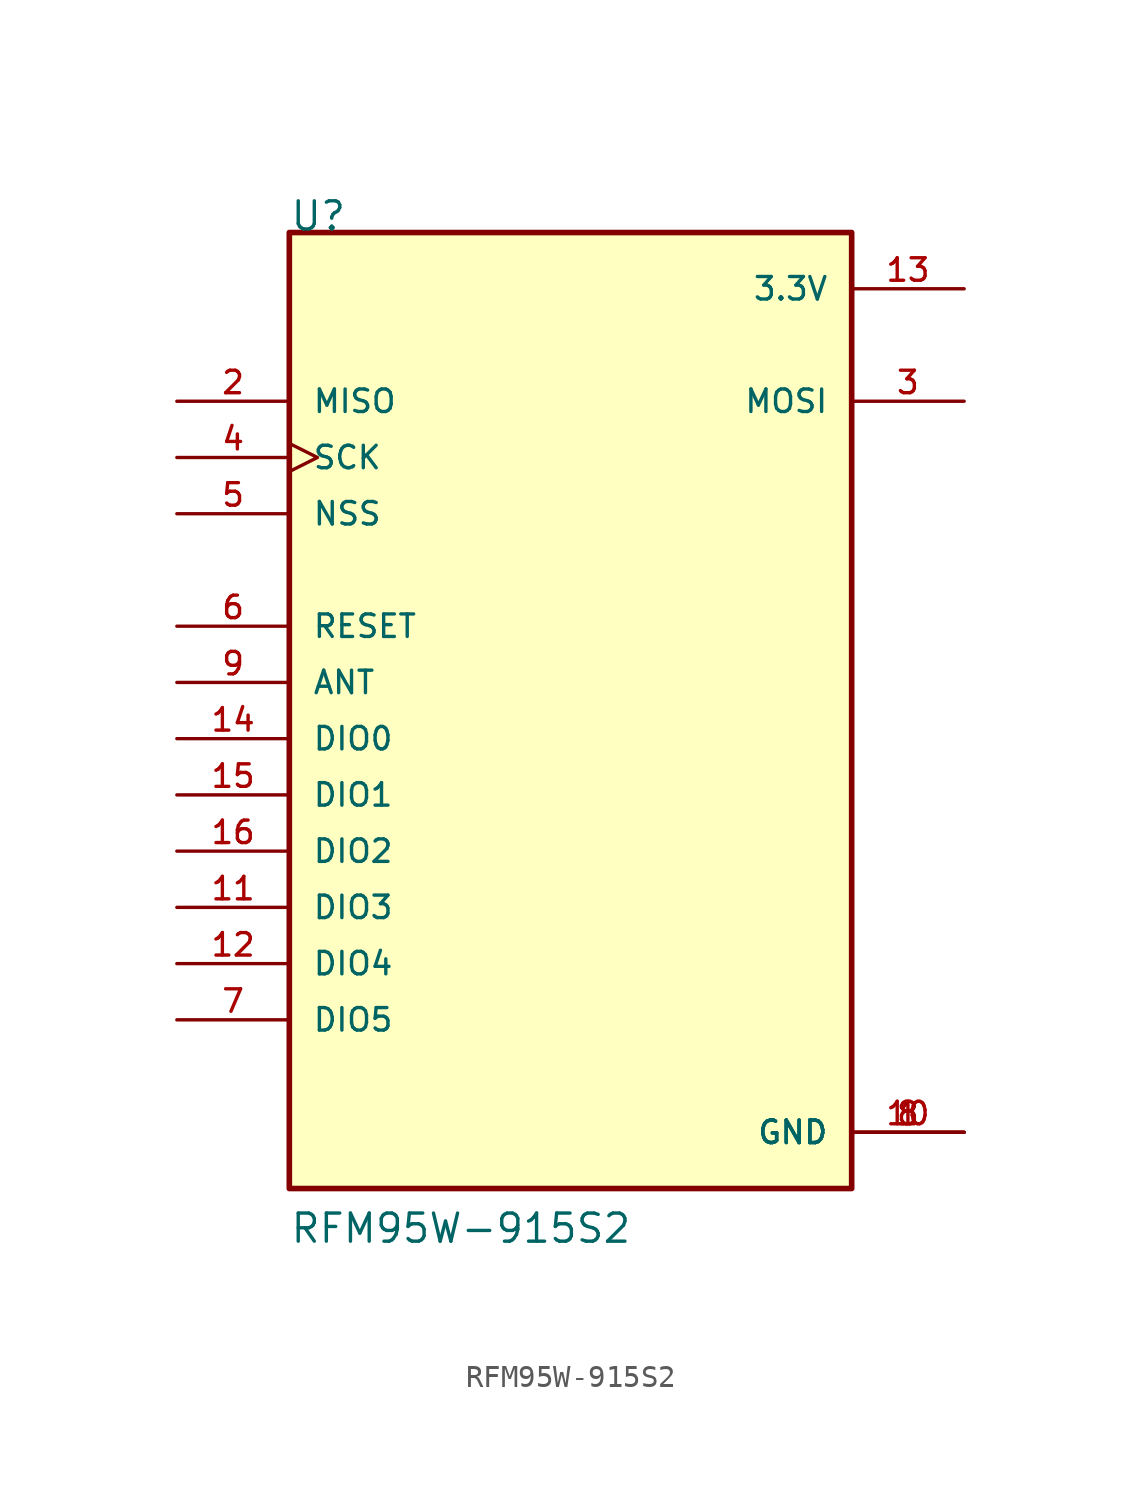
<source format=kicad_sym>
(kicad_symbol_lib
  (version 20211014)
  (generator kicad_symbol_editor)
  (symbol "RFM95W-915S2"
    (pin_names
      (offset 1.016))
    (property "Reference" "U"
      (at -12.7 22.86 0)
      (effects (font (size 1.27 1.27)) (justify bottom left)))
    (property "Value" "RFM95W-915S2"
      (at -12.7 -22.86 0)
      (effects (font (size 1.27 1.27)) (justify bottom left)))
    (symbol "RFM95W-915S2_0_0"
      (rectangle (start -12.7 -20.32) (end 12.7 22.86) (stroke (width 0.254)) (fill (type background)))
      (pin power_in line (at 17.78 -17.78 180.0) (length 5.08) (name "GND" (effects (font (size 1.016 1.016)))) (number "1" (effects (font (size 1.016 1.016)))))
      (pin power_in line (at 17.78 -17.78 180.0) (length 5.08) (name "GND" (effects (font (size 1.016 1.016)))) (number "8" (effects (font (size 1.016 1.016)))))
      (pin power_in line (at 17.78 -17.78 180.0) (length 5.08) (name "GND" (effects (font (size 1.016 1.016)))) (number "10" (effects (font (size 1.016 1.016)))))
      (pin input line (at -17.78 15.24 0) (length 5.08) (name "MISO" (effects (font (size 1.016 1.016)))) (number "2" (effects (font (size 1.016 1.016)))))
      (pin output line (at 17.78 15.24 180.0) (length 5.08) (name "MOSI" (effects (font (size 1.016 1.016)))) (number "3" (effects (font (size 1.016 1.016)))))
      (pin input clock (at -17.78 12.7 0) (length 5.08) (name "SCK" (effects (font (size 1.016 1.016)))) (number "4" (effects (font (size 1.016 1.016)))))
      (pin input line (at -17.78 10.16 0) (length 5.08) (name "NSS" (effects (font (size 1.016 1.016)))) (number "5" (effects (font (size 1.016 1.016)))))
      (pin bidirectional line (at -17.78 5.08 0) (length 5.08) (name "RESET" (effects (font (size 1.016 1.016)))) (number "6" (effects (font (size 1.016 1.016)))))
      (pin bidirectional line (at -17.78 -12.7 0) (length 5.08) (name "DIO5" (effects (font (size 1.016 1.016)))) (number "7" (effects (font (size 1.016 1.016)))))
      (pin bidirectional line (at -17.78 2.54 0) (length 5.08) (name "ANT" (effects (font (size 1.016 1.016)))) (number "9" (effects (font (size 1.016 1.016)))))
      (pin bidirectional line (at -17.78 -7.62 0) (length 5.08) (name "DIO3" (effects (font (size 1.016 1.016)))) (number "11" (effects (font (size 1.016 1.016)))))
      (pin bidirectional line (at -17.78 -10.16 0) (length 5.08) (name "DIO4" (effects (font (size 1.016 1.016)))) (number "12" (effects (font (size 1.016 1.016)))))
      (pin power_in line (at 17.78 20.32 180.0) (length 5.08) (name "3.3V" (effects (font (size 1.016 1.016)))) (number "13" (effects (font (size 1.016 1.016)))))
      (pin bidirectional line (at -17.78 0.0 0) (length 5.08) (name "DIO0" (effects (font (size 1.016 1.016)))) (number "14" (effects (font (size 1.016 1.016)))))
      (pin bidirectional line (at -17.78 -2.54 0) (length 5.08) (name "DIO1" (effects (font (size 1.016 1.016)))) (number "15" (effects (font (size 1.016 1.016)))))
      (pin bidirectional line (at -17.78 -5.08 0) (length 5.08) (name "DIO2" (effects (font (size 1.016 1.016)))) (number "16" (effects (font (size 1.016 1.016))))))))
</source>
